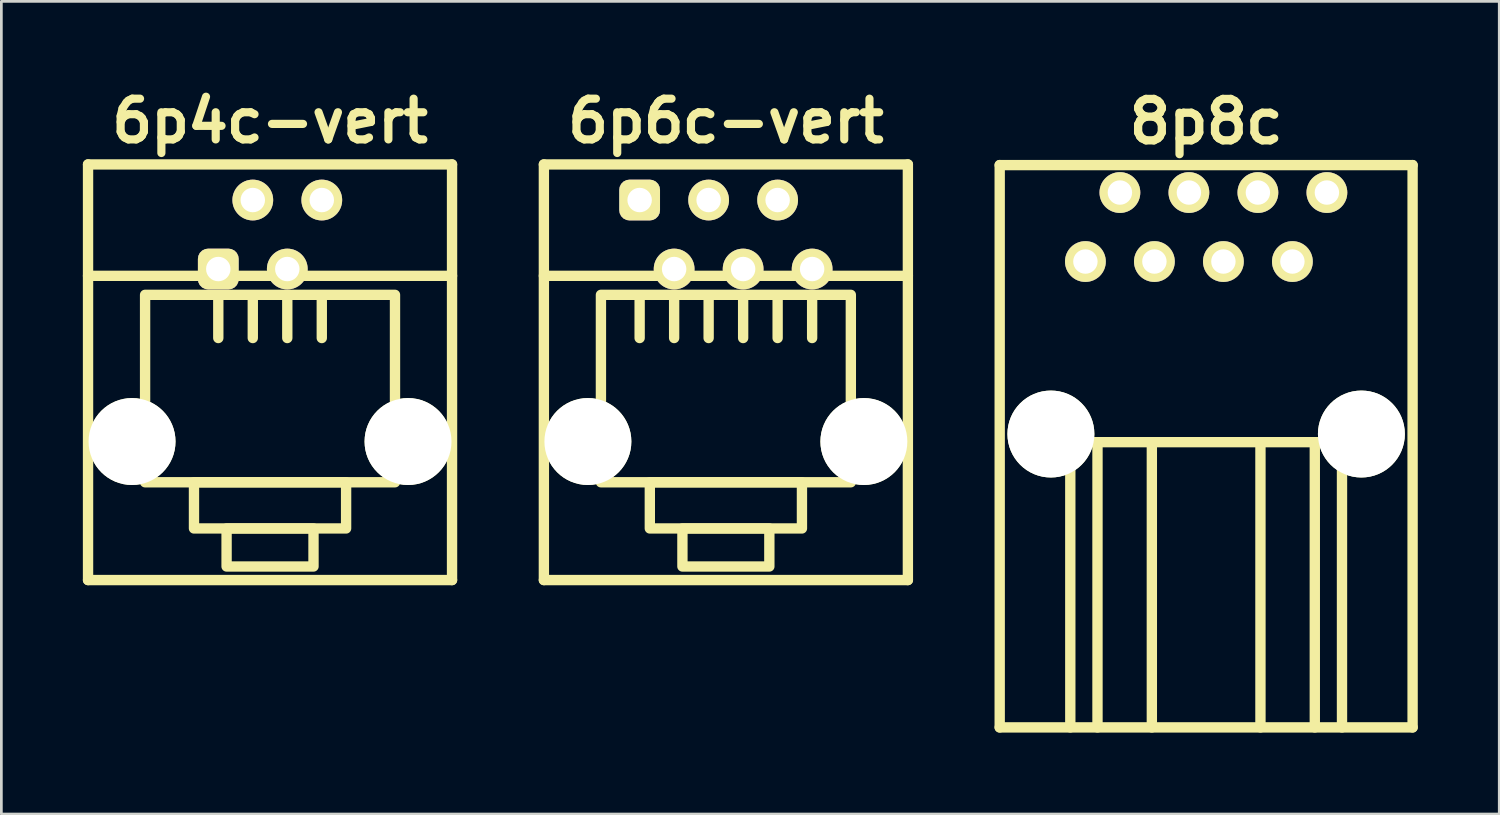
<source format=kicad_pcb>
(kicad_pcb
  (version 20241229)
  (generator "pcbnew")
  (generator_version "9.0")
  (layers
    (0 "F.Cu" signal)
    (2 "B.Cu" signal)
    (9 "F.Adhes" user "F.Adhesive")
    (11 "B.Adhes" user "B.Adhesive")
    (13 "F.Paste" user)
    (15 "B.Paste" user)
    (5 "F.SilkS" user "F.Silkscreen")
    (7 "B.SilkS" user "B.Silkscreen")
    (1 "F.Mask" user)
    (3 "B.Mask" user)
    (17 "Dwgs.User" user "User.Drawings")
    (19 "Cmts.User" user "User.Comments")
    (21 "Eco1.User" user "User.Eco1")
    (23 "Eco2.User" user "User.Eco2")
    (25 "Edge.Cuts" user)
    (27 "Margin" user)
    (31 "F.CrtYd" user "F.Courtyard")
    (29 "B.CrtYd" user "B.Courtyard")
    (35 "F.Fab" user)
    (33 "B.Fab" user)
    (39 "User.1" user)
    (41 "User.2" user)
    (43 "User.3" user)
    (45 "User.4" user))
  (footprint "8p8c"
    (layer "F.Cu")
    (at 41.352 12.928)
    (property "Reference" "8p8c" (at 0 -11.501 0) (layer "F.SilkS") (effects (font (size 1.524 1.524) (thickness 0.305))))
    (attr through_hole)
    (fp_line (start -7.6 -9.901) (end 7.6 -9.901) (stroke (width 0.381) (type solid)) (layer "F.SilkS"))
    (fp_line (start -7.6 10.8) (end -7.6 -9.901) (stroke (width 0.381) (type solid)) (layer "F.SilkS"))
    (fp_line (start -7.6 10.8) (end 7.6 10.8) (stroke (width 0.381) (type solid)) (layer "F.SilkS"))
    (fp_line (start -5.001 0.3) (end -5.001 10.8) (stroke (width 0.381) (type solid)) (layer "F.SilkS"))
    (fp_line (start -5.001 0.3) (end 5.001 0.3) (stroke (width 0.381) (type solid)) (layer "F.SilkS"))
    (fp_line (start -4 10.8) (end -4 0.3) (stroke (width 0.381) (type solid)) (layer "F.SilkS"))
    (fp_line (start -1.999 10.8) (end -1.999 0.3) (stroke (width 0.381) (type solid)) (layer "F.SilkS"))
    (fp_line (start 1.999 10.8) (end 1.999 0.3) (stroke (width 0.381) (type solid)) (layer "F.SilkS"))
    (fp_line (start 4 0.3) (end 4 10.8) (stroke (width 0.381) (type solid)) (layer "F.SilkS"))
    (fp_line (start 5.001 0.3) (end 5.001 10.8) (stroke (width 0.381) (type solid)) (layer "F.SilkS"))
    (fp_line (start 7.6 -9.901) (end 7.6 10.8) (stroke (width 0.381) (type solid)) (layer "F.SilkS"))
    (pad "" np_thru_hole circle (at -5.715 0) (size 3.2 3.2) (drill 3.2) (layers "*.Cu" "*.Mask" "F.SilkS"))
    (pad "" np_thru_hole circle (at 5.715 0) (size 3.2 3.2) (drill 3.2) (layers "*.Cu" "*.Mask" "F.SilkS"))
    (pad "1" thru_hole circle (at -4.445 -6.35) (size 1.501 1.501) (drill 0.899) (layers "*.Cu" "*.Mask" "F.SilkS"))
    (pad "2" thru_hole circle (at -3.175 -8.89) (size 1.501 1.501) (drill 0.899) (layers "*.Cu" "*.Mask" "F.SilkS"))
    (pad "3" thru_hole circle (at -1.905 -6.35) (size 1.501 1.501) (drill 0.899) (layers "*.Cu" "*.Mask" "F.SilkS"))
    (pad "4" thru_hole circle (at -0.635 -8.89) (size 1.501 1.501) (drill 0.899) (layers "*.Cu" "*.Mask" "F.SilkS"))
    (pad "5" thru_hole circle (at 0.635 -6.35) (size 1.501 1.501) (drill 0.899) (layers "*.Cu" "*.Mask" "F.SilkS"))
    (pad "6" thru_hole circle (at 1.905 -8.89) (size 1.501 1.501) (drill 0.899) (layers "*.Cu" "*.Mask" "F.SilkS"))
    (pad "7" thru_hole circle (at 3.175 -6.35) (size 1.501 1.501) (drill 0.899) (layers "*.Cu" "*.Mask" "F.SilkS"))
    (pad "8" thru_hole circle (at 4.445 -8.89) (size 1.501 1.501) (drill 0.899) (layers "*.Cu" "*.Mask" "F.SilkS")))
  (footprint "6p4c-vert"
    (layer "F.Cu")
    (at 6.891 13.204)
    (property "Reference" "6p4c-vert" (at 0 -11.8 0) (layer "F.SilkS") (effects (font (size 1.5 1.5) (thickness 0.3))))
    (attr through_hole)
    (fp_line (start -6.7 -10.201) (end 6.7 -10.201) (stroke (width 0.381) (type solid)) (layer "F.SilkS"))
    (fp_line (start -6.7 -6.1) (end 6.7 -6.1) (stroke (width 0.381) (type solid)) (layer "F.SilkS"))
    (fp_line (start -6.7 5.1) (end -6.7 -10.2) (stroke (width 0.381) (type solid)) (layer "F.SilkS"))
    (fp_line (start -1.905 -5.334) (end -1.905 -3.81) (stroke (width 0.381) (type solid)) (layer "F.SilkS"))
    (fp_line (start -0.635 -5.334) (end -0.635 -3.81) (stroke (width 0.381) (type solid)) (layer "F.SilkS"))
    (fp_line (start 0.635 -5.334) (end 0.635 -3.81) (stroke (width 0.381) (type solid)) (layer "F.SilkS"))
    (fp_line (start 1.905 -5.334) (end 1.905 -3.81) (stroke (width 0.381) (type solid)) (layer "F.SilkS"))
    (fp_line (start 6.7 -10.2) (end 6.7 5.1) (stroke (width 0.381) (type solid)) (layer "F.SilkS"))
    (fp_line (start 6.7 5.1) (end -6.7 5.1) (stroke (width 0.381) (type solid)) (layer "F.SilkS"))
    (fp_rect (start -4.6 -5.4) (end 4.6 1.5) (stroke (width 0.381) (type solid)) (fill no) (layer "F.SilkS"))
    (fp_rect (start -2.8 1.5) (end 2.8 3.2) (stroke (width 0.381) (type solid)) (fill no) (layer "F.SilkS"))
    (fp_rect (start -1.6 3.2) (end 1.6 4.6) (stroke (width 0.381) (type solid)) (fill no) (layer "F.SilkS"))
    (pad "" np_thru_hole circle (at -5.08 0) (size 3.2 3.2) (drill 3.2) (layers "*.Cu" "*.Mask" "F.SilkS"))
    (pad "" np_thru_hole circle (at 5.08 0) (size 3.2 3.2) (drill 3.2) (layers "*.Cu" "*.Mask" "F.SilkS"))
    (pad "1" thru_hole roundrect (at -1.905 -6.35) (size 1.5 1.5) (drill 0.9) (layers "*.Cu" "*.Mask" "F.SilkS") (roundrect_rratio 0.25))
    (pad "2" thru_hole circle (at -0.635 -8.89) (size 1.5 1.5) (drill 0.9) (layers "*.Cu" "*.Mask" "F.SilkS"))
    (pad "3" thru_hole circle (at 0.635 -6.35) (size 1.5 1.5) (drill 0.9) (layers "*.Cu" "*.Mask" "F.SilkS"))
    (pad "4" thru_hole circle (at 1.905 -8.89) (size 1.5 1.5) (drill 0.9) (layers "*.Cu" "*.Mask" "F.SilkS")))
  (footprint "6p6c-vert"
    (layer "F.Cu")
    (at 23.672 13.204)
    (property "Reference" "6p6c-vert" (at 0 -11.8 0) (layer "F.SilkS") (effects (font (size 1.5 1.5) (thickness 0.3))))
    (attr through_hole)
    (fp_line (start -6.7 -10.201) (end 6.7 -10.201) (stroke (width 0.381) (type solid)) (layer "F.SilkS"))
    (fp_line (start -6.7 -6.1) (end 6.7 -6.1) (stroke (width 0.381) (type solid)) (layer "F.SilkS"))
    (fp_line (start -6.7 5.1) (end -6.7 -10.2) (stroke (width 0.381) (type solid)) (layer "F.SilkS"))
    (fp_line (start -3.175 -5.334) (end -3.175 -3.81) (stroke (width 0.381) (type solid)) (layer "F.SilkS"))
    (fp_line (start -1.905 -5.334) (end -1.905 -3.81) (stroke (width 0.381) (type solid)) (layer "F.SilkS"))
    (fp_line (start -0.635 -5.334) (end -0.635 -3.81) (stroke (width 0.381) (type solid)) (layer "F.SilkS"))
    (fp_line (start 0.635 -5.334) (end 0.635 -3.81) (stroke (width 0.381) (type solid)) (layer "F.SilkS"))
    (fp_line (start 1.905 -5.334) (end 1.905 -3.81) (stroke (width 0.381) (type solid)) (layer "F.SilkS"))
    (fp_line (start 3.175 -5.334) (end 3.175 -3.81) (stroke (width 0.381) (type solid)) (layer "F.SilkS"))
    (fp_line (start 6.7 -10.2) (end 6.7 5.1) (stroke (width 0.381) (type solid)) (layer "F.SilkS"))
    (fp_line (start 6.7 5.1) (end -6.7 5.1) (stroke (width 0.381) (type solid)) (layer "F.SilkS"))
    (fp_rect (start -4.6 -5.4) (end 4.6 1.5) (stroke (width 0.381) (type solid)) (fill no) (layer "F.SilkS"))
    (fp_rect (start -2.8 1.5) (end 2.8 3.2) (stroke (width 0.381) (type solid)) (fill no) (layer "F.SilkS"))
    (fp_rect (start -1.6 3.2) (end 1.6 4.6) (stroke (width 0.381) (type solid)) (fill no) (layer "F.SilkS"))
    (pad "" np_thru_hole circle (at -5.08 0) (size 3.2 3.2) (drill 3.2) (layers "*.Cu" "*.Mask" "F.SilkS"))
    (pad "" np_thru_hole circle (at 5.08 0) (size 3.2 3.2) (drill 3.2) (layers "*.Cu" "*.Mask" "F.SilkS"))
    (pad "1" thru_hole roundrect (at -3.175 -8.89) (size 1.5 1.5) (drill 0.9) (layers "*.Cu" "*.Mask" "F.SilkS") (roundrect_rratio 0.25))
    (pad "2" thru_hole circle (at -1.905 -6.35) (size 1.5 1.5) (drill 0.9) (layers "*.Cu" "*.Mask" "F.SilkS"))
    (pad "3" thru_hole circle (at -0.635 -8.89) (size 1.5 1.5) (drill 0.9) (layers "*.Cu" "*.Mask" "F.SilkS"))
    (pad "4" thru_hole circle (at 0.635 -6.35) (size 1.5 1.5) (drill 0.9) (layers "*.Cu" "*.Mask" "F.SilkS"))
    (pad "5" thru_hole circle (at 1.905 -8.89) (size 1.5 1.5) (drill 0.9) (layers "*.Cu" "*.Mask" "F.SilkS"))
    (pad "6" thru_hole circle (at 3.175 -6.35) (size 1.5 1.5) (drill 0.9) (layers "*.Cu" "*.Mask" "F.SilkS")))
  (gr_rect
    (start -3 -3)
    (end 52.142 26.918)
    (stroke (width 0.1) (type default))
    (fill no)
    (layer "Edge.Cuts")))
</source>
